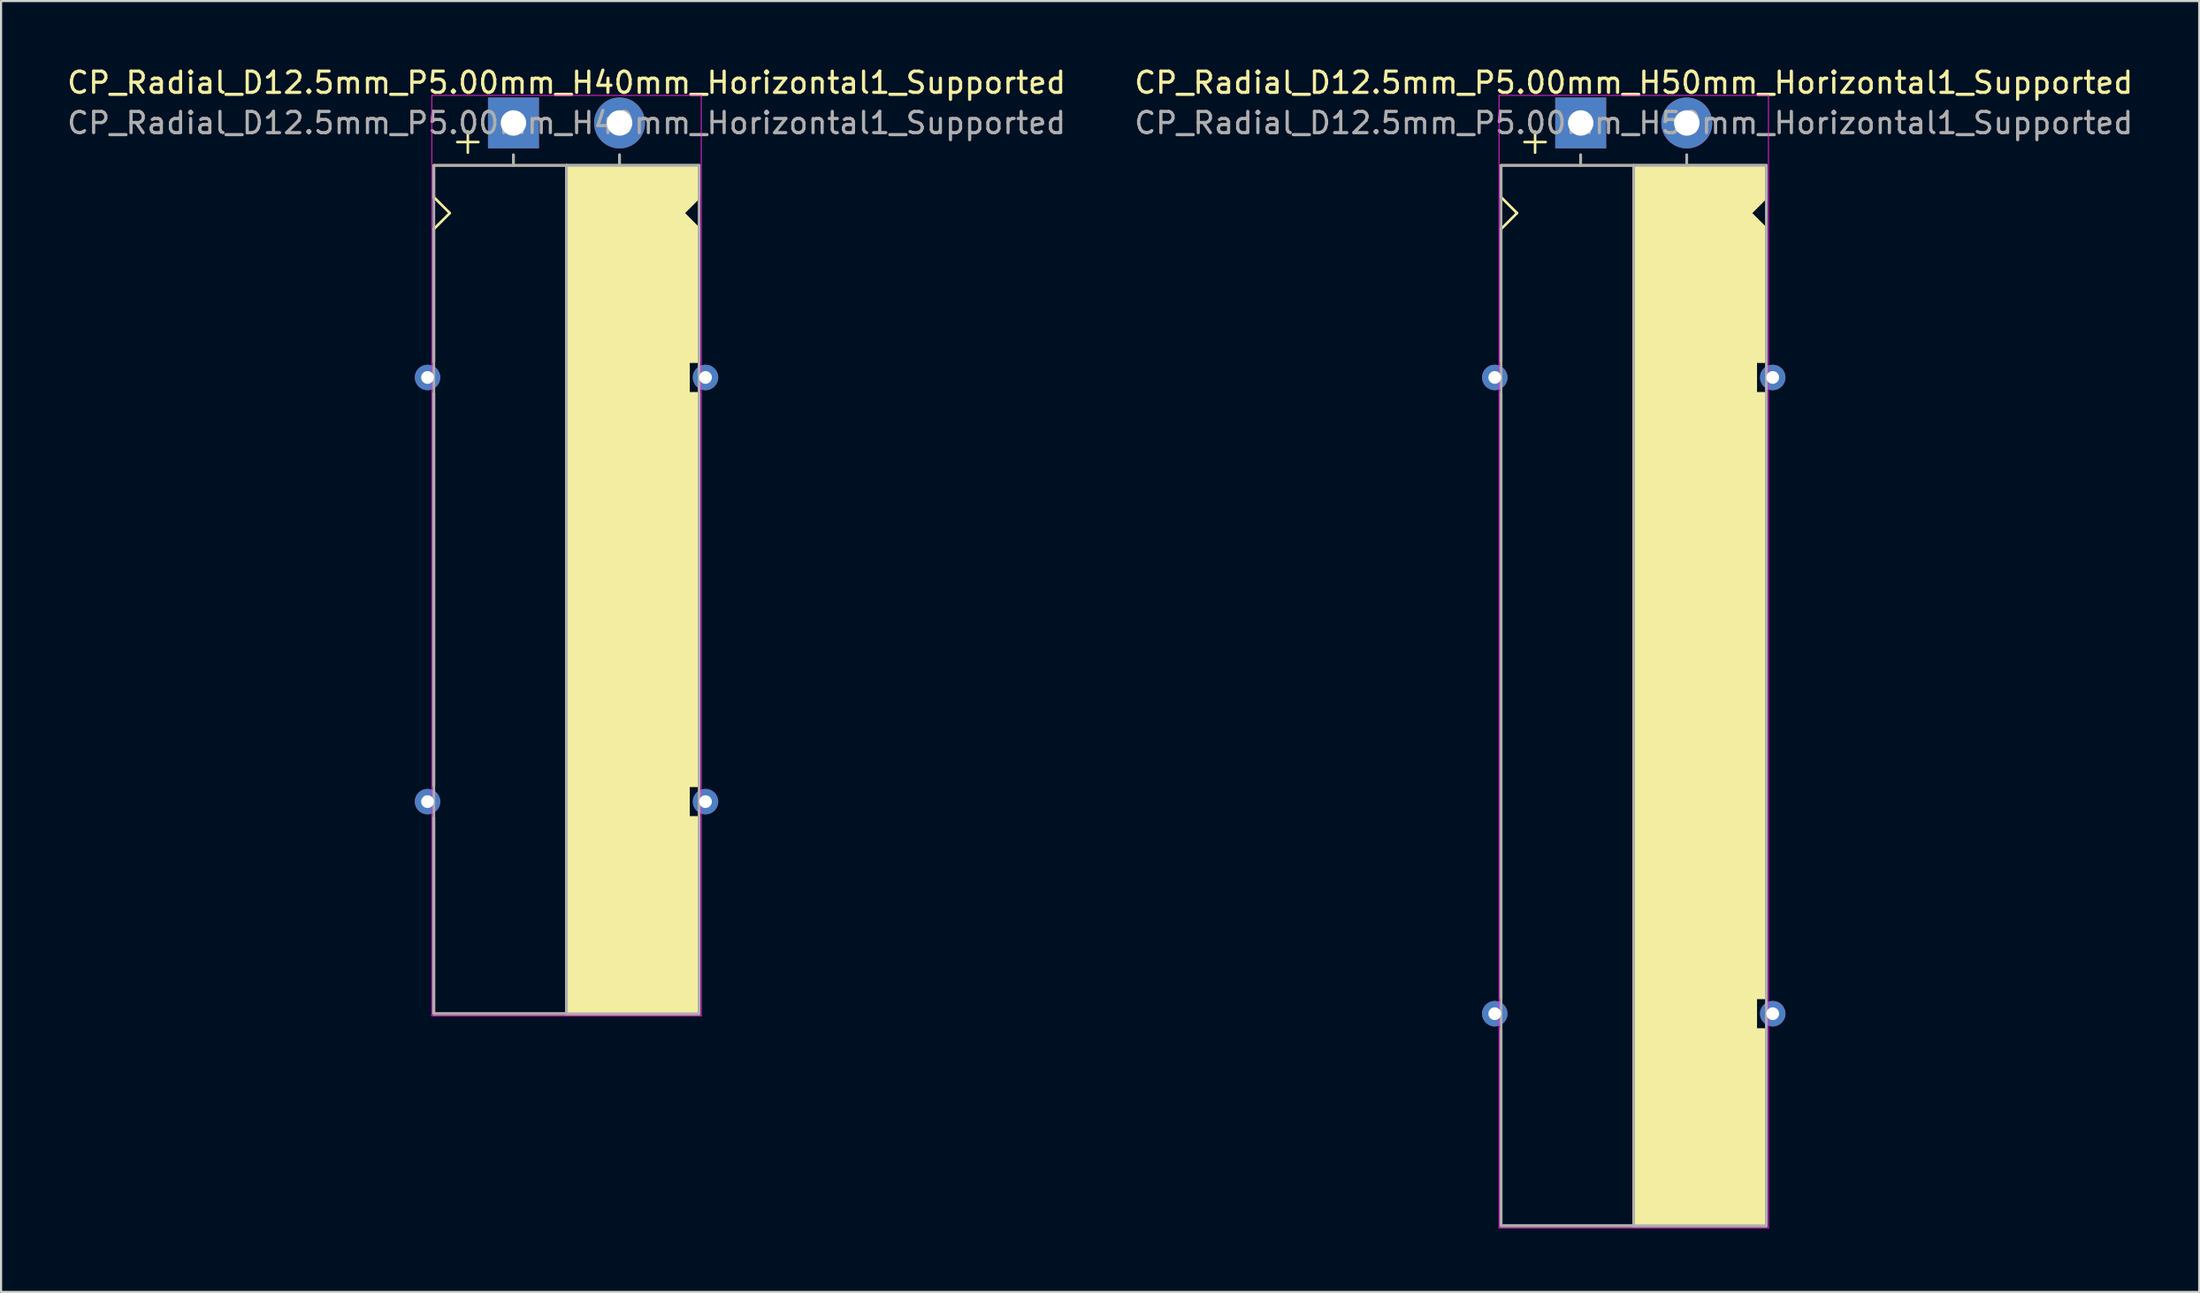
<source format=kicad_pcb>
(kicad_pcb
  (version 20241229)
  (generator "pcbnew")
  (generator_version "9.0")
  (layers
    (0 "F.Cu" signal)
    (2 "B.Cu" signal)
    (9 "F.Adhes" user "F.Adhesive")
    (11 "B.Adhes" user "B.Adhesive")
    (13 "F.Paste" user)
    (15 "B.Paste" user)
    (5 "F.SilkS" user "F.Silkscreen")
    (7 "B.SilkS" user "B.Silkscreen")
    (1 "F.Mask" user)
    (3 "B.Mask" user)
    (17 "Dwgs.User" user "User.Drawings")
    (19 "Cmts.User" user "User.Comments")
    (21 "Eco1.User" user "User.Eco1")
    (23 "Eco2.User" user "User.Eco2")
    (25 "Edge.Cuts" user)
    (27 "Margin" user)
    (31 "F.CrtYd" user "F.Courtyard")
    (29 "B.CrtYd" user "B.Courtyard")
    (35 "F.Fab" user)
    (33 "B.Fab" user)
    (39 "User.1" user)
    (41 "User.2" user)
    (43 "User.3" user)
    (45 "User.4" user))
  (footprint "CP_Radial_D12.5mm_P5.00mm_H40mm_Horizontal1_Supported"
    (layer "F.Cu")
    (at 21.149 2.748)
    (property "Reference" "CP_Radial_D12.5mm_P5.00mm_H40mm_Horizontal1_Supported" (at 2.5 -1.9 180) (layer "F.SilkS") (effects (font (size 1 1) (thickness 0.15))))
    (attr through_hole)
    (fp_line (start -3.75 2) (end -3.75 3.5) (stroke (width 0.12) (type solid)) (layer "F.SilkS"))
    (fp_line (start -3.75 3.5) (end -3 4.25) (stroke (width 0.12) (type solid)) (layer "F.SilkS"))
    (fp_line (start -3.75 5) (end -3.75 11.25) (stroke (width 0.12) (type solid)) (layer "F.SilkS"))
    (fp_line (start -3.75 12.75) (end -3.75 31.25) (stroke (width 0.12) (type solid)) (layer "F.SilkS"))
    (fp_line (start -3.75 42) (end -3.75 32.75) (stroke (width 0.12) (type solid)) (layer "F.SilkS"))
    (fp_line (start -3 4.25) (end -3.75 5) (stroke (width 0.12) (type solid)) (layer "F.SilkS"))
    (fp_line (start -2.15 0.4) (end -2.15 1.4) (stroke (width 0.12) (type solid)) (layer "F.SilkS"))
    (fp_line (start -1.65 0.9) (end -2.65 0.9) (stroke (width 0.12) (type solid)) (layer "F.SilkS"))
    (fp_line (start 0 1.5) (end 0 2) (stroke (width 0.12) (type solid)) (layer "F.SilkS"))
    (fp_line (start 2.5 2) (end -3.75 2) (stroke (width 0.12) (type solid)) (layer "F.SilkS"))
    (fp_line (start 2.5 2) (end 2.5 42) (stroke (width 0.12) (type solid)) (layer "F.SilkS"))
    (fp_line (start 2.5 2) (end 8.75 2) (stroke (width 0.12) (type solid)) (layer "F.SilkS"))
    (fp_line (start 5 1.5) (end 5 2) (stroke (width 0.12) (type solid)) (layer "F.SilkS"))
    (fp_line (start 8 4.25) (end 8.75 5) (stroke (width 0.12) (type solid)) (layer "F.SilkS"))
    (fp_line (start 8.25 11.25) (end 8.75 11.25) (stroke (width 0.12) (type solid)) (layer "F.SilkS"))
    (fp_line (start 8.25 12.75) (end 8.25 11.25) (stroke (width 0.12) (type solid)) (layer "F.SilkS"))
    (fp_line (start 8.25 31.25) (end 8.75 31.25) (stroke (width 0.12) (type solid)) (layer "F.SilkS"))
    (fp_line (start 8.25 32.75) (end 8.25 31.25) (stroke (width 0.12) (type solid)) (layer "F.SilkS"))
    (fp_line (start 8.75 2) (end 8.75 3.5) (stroke (width 0.12) (type solid)) (layer "F.SilkS"))
    (fp_line (start 8.75 3.5) (end 8 4.25) (stroke (width 0.12) (type solid)) (layer "F.SilkS"))
    (fp_line (start 8.75 5) (end 8.75 11.25) (stroke (width 0.12) (type solid)) (layer "F.SilkS"))
    (fp_line (start 8.75 12.75) (end 8.25 12.75) (stroke (width 0.12) (type solid)) (layer "F.SilkS"))
    (fp_line (start 8.75 12.75) (end 8.75 31.25) (stroke (width 0.12) (type solid)) (layer "F.SilkS"))
    (fp_line (start 8.75 32.75) (end 8.25 32.75) (stroke (width 0.12) (type solid)) (layer "F.SilkS"))
    (fp_line (start 8.75 42) (end -3.75 42) (stroke (width 0.12) (type solid)) (layer "F.SilkS"))
    (fp_line (start 8.75 42) (end 8.75 32.75) (stroke (width 0.12) (type solid)) (layer "F.SilkS"))
    (fp_poly (pts (xy 8.75 3.5) (xy 8 4.25) (xy 8.75 5) (xy 8.75 11.25) (xy 8.25 11.25) (xy 8.25 12.75) (xy 8.75 12.75) (xy 8.75 31.25) (xy 8.25 31.25) (xy 8.25 32.75) (xy 8.75 32.75) (xy 8.75 42) (xy 2.5 42) (xy 2.5 2) (xy 8.75 2)) (stroke (width 0.1) (type solid)) (fill yes) (layer "F.SilkS"))
    (fp_line (start -3.85 -1.3) (end 8.85 -1.3) (stroke (width 0.04) (type solid)) (layer "F.CrtYd"))
    (fp_line (start -3.85 42.1) (end -3.85 -1.3) (stroke (width 0.04) (type solid)) (layer "F.CrtYd"))
    (fp_line (start 8.85 -1.3) (end 8.85 42.1) (stroke (width 0.04) (type solid)) (layer "F.CrtYd"))
    (fp_line (start 8.85 42.1) (end -3.85 42.1) (stroke (width 0.04) (type solid)) (layer "F.CrtYd"))
    (fp_line (start -3.75 2) (end -3.75 42) (stroke (width 0.12) (type solid)) (layer "F.Fab"))
    (fp_line (start -3.75 42) (end 8.75 42) (stroke (width 0.12) (type solid)) (layer "F.Fab"))
    (fp_line (start 0 1.5) (end 0 2) (stroke (width 0.12) (type solid)) (layer "F.Fab"))
    (fp_line (start 0 2) (end -3.75 2) (stroke (width 0.12) (type solid)) (layer "F.Fab"))
    (fp_line (start 2.5 2) (end 2.5 42) (stroke (width 0.12) (type solid)) (layer "F.Fab"))
    (fp_line (start 5 2) (end 5 1.5) (stroke (width 0.12) (type solid)) (layer "F.Fab"))
    (fp_line (start 8.75 2) (end 0 2) (stroke (width 0.12) (type solid)) (layer "F.Fab"))
    (fp_line (start 8.75 42) (end 8.75 2) (stroke (width 0.12) (type solid)) (layer "F.Fab"))
    (fp_poly (pts (xy 8.75 42) (xy 2.5 42) (xy 2.5 2) (xy 8.75 2)) (stroke (width 0.1) (type solid)) (fill no) (layer "F.Fab"))
    (fp_text user "${REFERENCE}" (at 2.5 0 0) (layer "F.Fab") (effects (font (size 1 1) (thickness 0.15))))
    (pad "1" thru_hole rect (at 0 0) (size 2.4 2.4) (drill 1.2) (layers "*.Cu" "*.Mask"))
    (pad "2" thru_hole circle (at 5 0) (size 2.4 2.4) (drill 1.2) (layers "*.Cu" "*.Mask"))
    (pad "~" thru_hole circle (at -4.05 12) (size 1.2 1.2) (drill 0.6) (layers "*.Cu" "*.Mask"))
    (pad "~" thru_hole circle (at -4.05 32) (size 1.2 1.2) (drill 0.6) (layers "*.Cu" "*.Mask"))
    (pad "~" thru_hole circle (at 9.05 12) (size 1.2 1.2) (drill 0.6) (layers "*.Cu" "*.Mask"))
    (pad "~" thru_hole circle (at 9.05 32) (size 1.2 1.2) (drill 0.6) (layers "*.Cu" "*.Mask")))
  (footprint "CP_Radial_D12.5mm_P5.00mm_H50mm_Horizontal1_Supported"
    (layer "F.Cu")
    (at 71.446 2.748)
    (property "Reference" "CP_Radial_D12.5mm_P5.00mm_H50mm_Horizontal1_Supported" (at 2.5 -1.9 180) (layer "F.SilkS") (effects (font (size 1 1) (thickness 0.15))))
    (attr through_hole)
    (fp_line (start -3.75 2) (end -3.75 3.5) (stroke (width 0.12) (type solid)) (layer "F.SilkS"))
    (fp_line (start -3.75 3.5) (end -3 4.25) (stroke (width 0.12) (type solid)) (layer "F.SilkS"))
    (fp_line (start -3.75 5) (end -3.75 11.25) (stroke (width 0.12) (type solid)) (layer "F.SilkS"))
    (fp_line (start -3.75 12.75) (end -3.75 41.25) (stroke (width 0.12) (type solid)) (layer "F.SilkS"))
    (fp_line (start -3.75 52) (end -3.75 42.75) (stroke (width 0.12) (type solid)) (layer "F.SilkS"))
    (fp_line (start -3 4.25) (end -3.75 5) (stroke (width 0.12) (type solid)) (layer "F.SilkS"))
    (fp_line (start -2.15 0.4) (end -2.15 1.4) (stroke (width 0.12) (type solid)) (layer "F.SilkS"))
    (fp_line (start -1.65 0.9) (end -2.65 0.9) (stroke (width 0.12) (type solid)) (layer "F.SilkS"))
    (fp_line (start 0 1.5) (end 0 2) (stroke (width 0.12) (type solid)) (layer "F.SilkS"))
    (fp_line (start 2.5 2) (end -3.75 2) (stroke (width 0.12) (type solid)) (layer "F.SilkS"))
    (fp_line (start 2.5 2) (end 2.5 52) (stroke (width 0.12) (type solid)) (layer "F.SilkS"))
    (fp_line (start 2.5 2) (end 8.75 2) (stroke (width 0.12) (type solid)) (layer "F.SilkS"))
    (fp_line (start 5 1.5) (end 5 2) (stroke (width 0.12) (type solid)) (layer "F.SilkS"))
    (fp_line (start 8 4.25) (end 8.75 5) (stroke (width 0.12) (type solid)) (layer "F.SilkS"))
    (fp_line (start 8.25 11.25) (end 8.75 11.25) (stroke (width 0.12) (type solid)) (layer "F.SilkS"))
    (fp_line (start 8.25 12.75) (end 8.25 11.25) (stroke (width 0.12) (type solid)) (layer "F.SilkS"))
    (fp_line (start 8.25 41.25) (end 8.75 41.25) (stroke (width 0.12) (type solid)) (layer "F.SilkS"))
    (fp_line (start 8.25 42.75) (end 8.25 41.25) (stroke (width 0.12) (type solid)) (layer "F.SilkS"))
    (fp_line (start 8.75 2) (end 8.75 3.5) (stroke (width 0.12) (type solid)) (layer "F.SilkS"))
    (fp_line (start 8.75 3.5) (end 8 4.25) (stroke (width 0.12) (type solid)) (layer "F.SilkS"))
    (fp_line (start 8.75 5) (end 8.75 11.25) (stroke (width 0.12) (type solid)) (layer "F.SilkS"))
    (fp_line (start 8.75 12.75) (end 8.25 12.75) (stroke (width 0.12) (type solid)) (layer "F.SilkS"))
    (fp_line (start 8.75 12.75) (end 8.75 41.25) (stroke (width 0.12) (type solid)) (layer "F.SilkS"))
    (fp_line (start 8.75 42.75) (end 8.25 42.75) (stroke (width 0.12) (type solid)) (layer "F.SilkS"))
    (fp_line (start 8.75 52) (end -3.75 52) (stroke (width 0.12) (type solid)) (layer "F.SilkS"))
    (fp_line (start 8.75 52) (end 8.75 42.75) (stroke (width 0.12) (type solid)) (layer "F.SilkS"))
    (fp_poly (pts (xy 8.75 3.5) (xy 8 4.25) (xy 8.75 5) (xy 8.75 11.25) (xy 8.25 11.25) (xy 8.25 12.75) (xy 8.75 12.75) (xy 8.75 41.25) (xy 8.25 41.25) (xy 8.25 42.75) (xy 8.75 42.75) (xy 8.75 52) (xy 2.5 52) (xy 2.5 2) (xy 8.75 2)) (stroke (width 0.1) (type solid)) (fill yes) (layer "F.SilkS"))
    (fp_line (start -3.85 -1.3) (end 8.85 -1.3) (stroke (width 0.04) (type solid)) (layer "F.CrtYd"))
    (fp_line (start -3.85 52.1) (end -3.85 -1.3) (stroke (width 0.04) (type solid)) (layer "F.CrtYd"))
    (fp_line (start 8.85 -1.3) (end 8.85 52.1) (stroke (width 0.04) (type solid)) (layer "F.CrtYd"))
    (fp_line (start 8.85 52.1) (end -3.85 52.1) (stroke (width 0.04) (type solid)) (layer "F.CrtYd"))
    (fp_line (start -3.75 2) (end -3.75 52) (stroke (width 0.12) (type solid)) (layer "F.Fab"))
    (fp_line (start -3.75 52) (end 8.75 52) (stroke (width 0.12) (type solid)) (layer "F.Fab"))
    (fp_line (start 0 1.5) (end 0 2) (stroke (width 0.12) (type solid)) (layer "F.Fab"))
    (fp_line (start 0 2) (end -3.75 2) (stroke (width 0.12) (type solid)) (layer "F.Fab"))
    (fp_line (start 2.5 2) (end 2.5 52) (stroke (width 0.12) (type solid)) (layer "F.Fab"))
    (fp_line (start 5 2) (end 5 1.5) (stroke (width 0.12) (type solid)) (layer "F.Fab"))
    (fp_line (start 8.75 2) (end 0 2) (stroke (width 0.12) (type solid)) (layer "F.Fab"))
    (fp_line (start 8.75 52) (end 8.75 2) (stroke (width 0.12) (type solid)) (layer "F.Fab"))
    (fp_poly (pts (xy 8.75 52) (xy 2.5 52) (xy 2.5 2) (xy 8.75 2)) (stroke (width 0.1) (type solid)) (fill no) (layer "F.Fab"))
    (fp_text user "${REFERENCE}" (at 2.5 0 0) (layer "F.Fab") (effects (font (size 1 1) (thickness 0.15))))
    (pad "1" thru_hole rect (at 0 0) (size 2.4 2.4) (drill 1.2) (layers "*.Cu" "*.Mask"))
    (pad "2" thru_hole circle (at 5 0) (size 2.4 2.4) (drill 1.2) (layers "*.Cu" "*.Mask"))
    (pad "~" thru_hole circle (at -4.05 12) (size 1.2 1.2) (drill 0.6) (layers "*.Cu" "*.Mask"))
    (pad "~" thru_hole circle (at -4.05 42) (size 1.2 1.2) (drill 0.6) (layers "*.Cu" "*.Mask"))
    (pad "~" thru_hole circle (at 9.05 12) (size 1.2 1.2) (drill 0.6) (layers "*.Cu" "*.Mask"))
    (pad "~" thru_hole circle (at 9.05 42) (size 1.2 1.2) (drill 0.6) (layers "*.Cu" "*.Mask")))
  (gr_rect
    (start -3 -3)
    (end 100.595 57.868)
    (stroke (width 0.1) (type default))
    (fill no)
    (layer "Edge.Cuts")))
</source>
